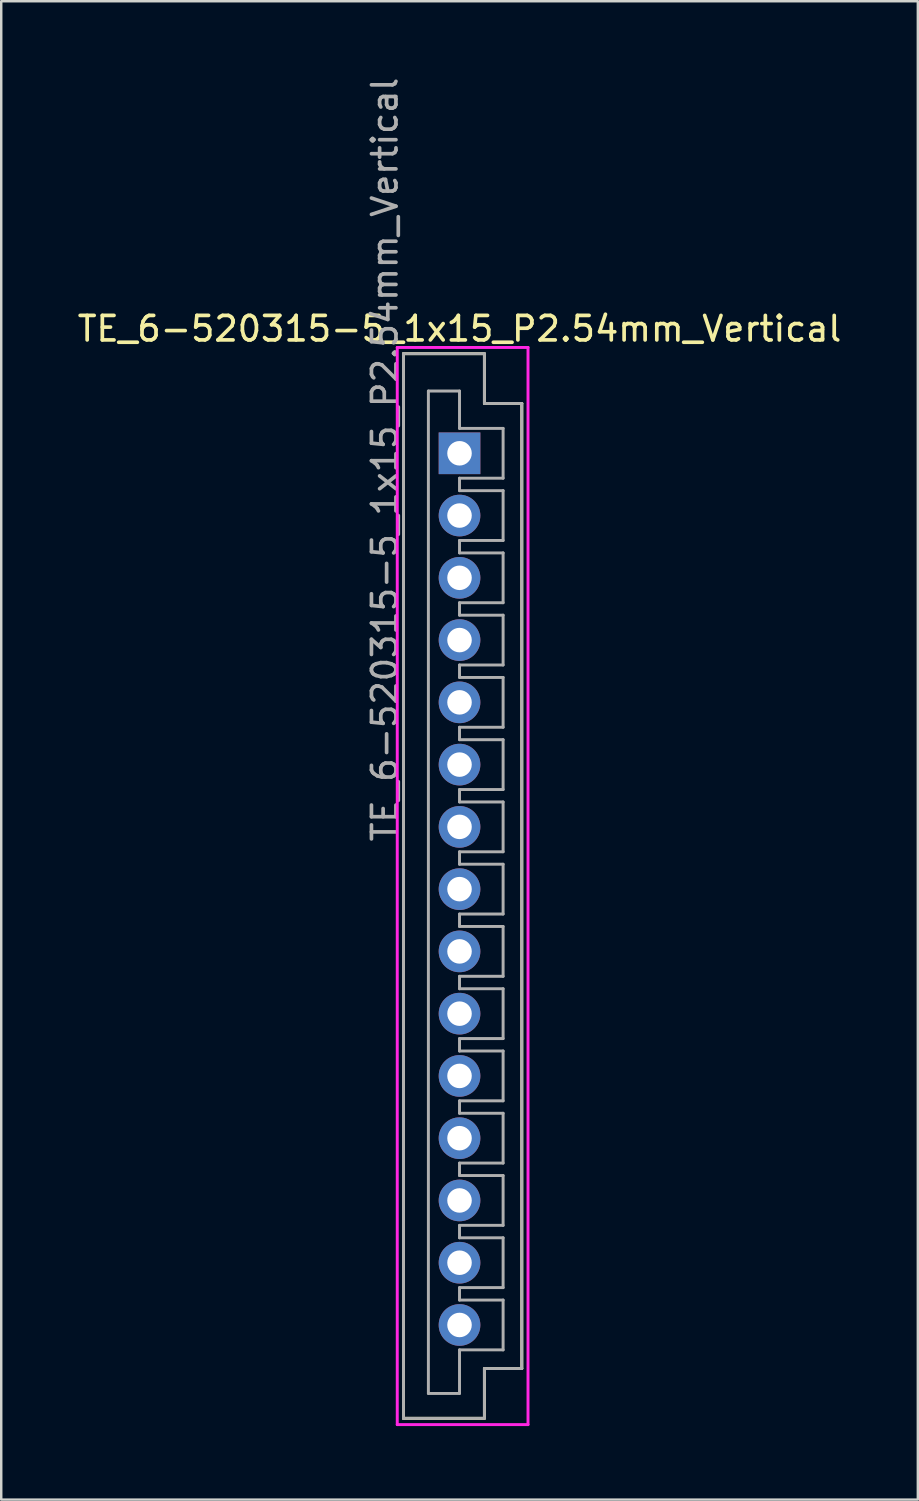
<source format=kicad_pcb>
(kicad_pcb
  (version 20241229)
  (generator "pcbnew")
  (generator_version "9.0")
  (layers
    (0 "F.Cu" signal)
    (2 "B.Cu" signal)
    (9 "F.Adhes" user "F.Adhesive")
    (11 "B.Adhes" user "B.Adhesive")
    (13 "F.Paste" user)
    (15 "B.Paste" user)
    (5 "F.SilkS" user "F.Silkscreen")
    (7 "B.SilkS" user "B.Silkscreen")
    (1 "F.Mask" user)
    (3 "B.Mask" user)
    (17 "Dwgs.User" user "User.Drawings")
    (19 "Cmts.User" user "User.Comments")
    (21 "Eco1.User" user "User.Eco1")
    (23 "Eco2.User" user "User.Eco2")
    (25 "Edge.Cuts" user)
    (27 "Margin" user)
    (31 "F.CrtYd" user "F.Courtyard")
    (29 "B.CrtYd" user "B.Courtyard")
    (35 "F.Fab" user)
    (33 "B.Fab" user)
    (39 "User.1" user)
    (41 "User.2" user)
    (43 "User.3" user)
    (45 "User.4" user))
  (footprint "TE_6-520315-5_1x15_P2.54mm_Vertical"
    (layer "F.Cu")
    (at 15.696 15.442)
    (property "Reference" "TE_6-520315-5_1x15_P2.54mm_Vertical" (at 0 -5.08 0) (layer "F.SilkS") (effects (font (size 1 1) (thickness 0.15))))
    (attr through_hole)
    (fp_line (start -2.286 -4.064) (end 1.016 -4.064) (stroke (width 0.12) (type solid)) (layer "F.SilkS"))
    (fp_line (start -2.286 39.37) (end -2.286 -4.064) (stroke (width 0.12) (type solid)) (layer "F.SilkS"))
    (fp_line (start 1.016 -4.064) (end 1.016 -2.032) (stroke (width 0.12) (type solid)) (layer "F.SilkS"))
    (fp_line (start 1.016 -2.032) (end 2.54 -2.032) (stroke (width 0.12) (type solid)) (layer "F.SilkS"))
    (fp_line (start 1.016 37.338) (end 1.016 39.37) (stroke (width 0.12) (type solid)) (layer "F.SilkS"))
    (fp_line (start 1.016 39.37) (end -2.286 39.37) (stroke (width 0.12) (type solid)) (layer "F.SilkS"))
    (fp_line (start 2.54 -2.032) (end 2.54 37.338) (stroke (width 0.12) (type solid)) (layer "F.SilkS"))
    (fp_line (start 2.54 37.338) (end 1.016 37.338) (stroke (width 0.12) (type solid)) (layer "F.SilkS"))
    (fp_line (start -2.54 -4.318) (end 2.794 -4.318) (stroke (width 0.12) (type solid)) (layer "F.CrtYd"))
    (fp_line (start -2.54 39.624) (end -2.54 -4.318) (stroke (width 0.12) (type solid)) (layer "F.CrtYd"))
    (fp_line (start 2.794 -4.318) (end 2.794 39.624) (stroke (width 0.12) (type solid)) (layer "F.CrtYd"))
    (fp_line (start 2.794 39.624) (end -2.54 39.624) (stroke (width 0.12) (type solid)) (layer "F.CrtYd"))
    (fp_line (start -2.286 -4.064) (end 1.016 -4.064) (stroke (width 0.12) (type solid)) (layer "F.Fab"))
    (fp_line (start -2.286 39.37) (end -2.286 -4.064) (stroke (width 0.12) (type solid)) (layer "F.Fab"))
    (fp_line (start -1.27 -2.54) (end 0 -2.54) (stroke (width 0.12) (type solid)) (layer "F.Fab"))
    (fp_line (start -1.27 38.354) (end -1.27 -2.54) (stroke (width 0.12) (type solid)) (layer "F.Fab"))
    (fp_line (start 0 -1.016) (end 0 -2.54) (stroke (width 0.12) (type solid)) (layer "F.Fab"))
    (fp_line (start 0 -1.016) (end 1.778 -1.016) (stroke (width 0.12) (type solid)) (layer "F.Fab"))
    (fp_line (start 0 1.016) (end 0 1.524) (stroke (width 0.12) (type solid)) (layer "F.Fab"))
    (fp_line (start 0 1.524) (end 1.778 1.524) (stroke (width 0.12) (type solid)) (layer "F.Fab"))
    (fp_line (start 0 3.556) (end 0 4.064) (stroke (width 0.12) (type solid)) (layer "F.Fab"))
    (fp_line (start 0 4.064) (end 1.778 4.064) (stroke (width 0.12) (type solid)) (layer "F.Fab"))
    (fp_line (start 0 6.096) (end 0 6.604) (stroke (width 0.12) (type solid)) (layer "F.Fab"))
    (fp_line (start 0 6.604) (end 1.778 6.604) (stroke (width 0.12) (type solid)) (layer "F.Fab"))
    (fp_line (start 0 8.636) (end 0 9.144) (stroke (width 0.12) (type solid)) (layer "F.Fab"))
    (fp_line (start 0 9.144) (end 1.778 9.144) (stroke (width 0.12) (type solid)) (layer "F.Fab"))
    (fp_line (start 0 11.176) (end 0 11.684) (stroke (width 0.12) (type solid)) (layer "F.Fab"))
    (fp_line (start 0 11.684) (end 1.778 11.684) (stroke (width 0.12) (type solid)) (layer "F.Fab"))
    (fp_line (start 0 13.716) (end 0 14.224) (stroke (width 0.12) (type solid)) (layer "F.Fab"))
    (fp_line (start 0 14.224) (end 1.778 14.224) (stroke (width 0.12) (type solid)) (layer "F.Fab"))
    (fp_line (start 0 16.256) (end 0 16.764) (stroke (width 0.12) (type solid)) (layer "F.Fab"))
    (fp_line (start 0 16.764) (end 1.778 16.764) (stroke (width 0.12) (type solid)) (layer "F.Fab"))
    (fp_line (start 0 18.796) (end 0 19.304) (stroke (width 0.12) (type solid)) (layer "F.Fab"))
    (fp_line (start 0 19.304) (end 1.778 19.304) (stroke (width 0.12) (type solid)) (layer "F.Fab"))
    (fp_line (start 0 21.336) (end 0 21.844) (stroke (width 0.12) (type solid)) (layer "F.Fab"))
    (fp_line (start 0 21.844) (end 1.778 21.844) (stroke (width 0.12) (type solid)) (layer "F.Fab"))
    (fp_line (start 0 23.876) (end 0 24.384) (stroke (width 0.12) (type solid)) (layer "F.Fab"))
    (fp_line (start 0 24.384) (end 1.778 24.384) (stroke (width 0.12) (type solid)) (layer "F.Fab"))
    (fp_line (start 0 26.416) (end 0 26.924) (stroke (width 0.12) (type solid)) (layer "F.Fab"))
    (fp_line (start 0 26.924) (end 1.778 26.924) (stroke (width 0.12) (type solid)) (layer "F.Fab"))
    (fp_line (start 0 28.956) (end 0 29.464) (stroke (width 0.12) (type solid)) (layer "F.Fab"))
    (fp_line (start 0 29.464) (end 1.778 29.464) (stroke (width 0.12) (type solid)) (layer "F.Fab"))
    (fp_line (start 0 31.496) (end 0 32.004) (stroke (width 0.12) (type solid)) (layer "F.Fab"))
    (fp_line (start 0 32.004) (end 1.778 32.004) (stroke (width 0.12) (type solid)) (layer "F.Fab"))
    (fp_line (start 0 34.036) (end 0 34.544) (stroke (width 0.12) (type solid)) (layer "F.Fab"))
    (fp_line (start 0 34.544) (end 1.778 34.544) (stroke (width 0.12) (type solid)) (layer "F.Fab"))
    (fp_line (start 0 38.354) (end -1.27 38.354) (stroke (width 0.12) (type solid)) (layer "F.Fab"))
    (fp_line (start 0 38.354) (end 0 36.576) (stroke (width 0.12) (type solid)) (layer "F.Fab"))
    (fp_line (start 1.016 -4.064) (end 1.016 -2.032) (stroke (width 0.12) (type solid)) (layer "F.Fab"))
    (fp_line (start 1.016 -2.032) (end 2.54 -2.032) (stroke (width 0.12) (type solid)) (layer "F.Fab"))
    (fp_line (start 1.016 37.338) (end 1.016 39.37) (stroke (width 0.12) (type solid)) (layer "F.Fab"))
    (fp_line (start 1.016 39.37) (end -2.286 39.37) (stroke (width 0.12) (type solid)) (layer "F.Fab"))
    (fp_line (start 1.778 -1.016) (end 1.778 1.016) (stroke (width 0.12) (type solid)) (layer "F.Fab"))
    (fp_line (start 1.778 1.016) (end 0 1.016) (stroke (width 0.12) (type solid)) (layer "F.Fab"))
    (fp_line (start 1.778 1.524) (end 1.778 3.556) (stroke (width 0.12) (type solid)) (layer "F.Fab"))
    (fp_line (start 1.778 3.556) (end 0 3.556) (stroke (width 0.12) (type solid)) (layer "F.Fab"))
    (fp_line (start 1.778 4.064) (end 1.778 6.096) (stroke (width 0.12) (type solid)) (layer "F.Fab"))
    (fp_line (start 1.778 6.096) (end 0 6.096) (stroke (width 0.12) (type solid)) (layer "F.Fab"))
    (fp_line (start 1.778 6.604) (end 1.778 8.636) (stroke (width 0.12) (type solid)) (layer "F.Fab"))
    (fp_line (start 1.778 8.636) (end 0 8.636) (stroke (width 0.12) (type solid)) (layer "F.Fab"))
    (fp_line (start 1.778 9.144) (end 1.778 11.176) (stroke (width 0.12) (type solid)) (layer "F.Fab"))
    (fp_line (start 1.778 11.176) (end 0 11.176) (stroke (width 0.12) (type solid)) (layer "F.Fab"))
    (fp_line (start 1.778 11.684) (end 1.778 13.716) (stroke (width 0.12) (type solid)) (layer "F.Fab"))
    (fp_line (start 1.778 13.716) (end 0 13.716) (stroke (width 0.12) (type solid)) (layer "F.Fab"))
    (fp_line (start 1.778 14.224) (end 1.778 16.256) (stroke (width 0.12) (type solid)) (layer "F.Fab"))
    (fp_line (start 1.778 16.256) (end 0 16.256) (stroke (width 0.12) (type solid)) (layer "F.Fab"))
    (fp_line (start 1.778 16.764) (end 1.778 18.796) (stroke (width 0.12) (type solid)) (layer "F.Fab"))
    (fp_line (start 1.778 18.796) (end 0 18.796) (stroke (width 0.12) (type solid)) (layer "F.Fab"))
    (fp_line (start 1.778 19.304) (end 1.778 21.336) (stroke (width 0.12) (type solid)) (layer "F.Fab"))
    (fp_line (start 1.778 21.336) (end 0 21.336) (stroke (width 0.12) (type solid)) (layer "F.Fab"))
    (fp_line (start 1.778 21.844) (end 1.778 23.876) (stroke (width 0.12) (type solid)) (layer "F.Fab"))
    (fp_line (start 1.778 23.876) (end 0 23.876) (stroke (width 0.12) (type solid)) (layer "F.Fab"))
    (fp_line (start 1.778 24.384) (end 1.778 26.416) (stroke (width 0.12) (type solid)) (layer "F.Fab"))
    (fp_line (start 1.778 26.416) (end 0 26.416) (stroke (width 0.12) (type solid)) (layer "F.Fab"))
    (fp_line (start 1.778 26.924) (end 1.778 28.956) (stroke (width 0.12) (type solid)) (layer "F.Fab"))
    (fp_line (start 1.778 28.956) (end 0 28.956) (stroke (width 0.12) (type solid)) (layer "F.Fab"))
    (fp_line (start 1.778 29.464) (end 1.778 31.496) (stroke (width 0.12) (type solid)) (layer "F.Fab"))
    (fp_line (start 1.778 31.496) (end 0 31.496) (stroke (width 0.12) (type solid)) (layer "F.Fab"))
    (fp_line (start 1.778 32.004) (end 1.778 34.036) (stroke (width 0.12) (type solid)) (layer "F.Fab"))
    (fp_line (start 1.778 34.036) (end 0 34.036) (stroke (width 0.12) (type solid)) (layer "F.Fab"))
    (fp_line (start 1.778 34.544) (end 1.778 36.576) (stroke (width 0.12) (type solid)) (layer "F.Fab"))
    (fp_line (start 1.778 36.576) (end 0 36.576) (stroke (width 0.12) (type solid)) (layer "F.Fab"))
    (fp_line (start 2.54 37.338) (end 1.016 37.338) (stroke (width 0.12) (type solid)) (layer "F.Fab"))
    (fp_line (start 2.54 37.338) (end 2.54 -2.032) (stroke (width 0.12) (type solid)) (layer "F.Fab"))
    (fp_text user "${REFERENCE}" (at -3.048 0.254 90) (layer "F.Fab") (effects (font (size 1 1) (thickness 0.15))))
    (pad "1" thru_hole rect (at 0 0) (size 1.7 1.7) (drill 1) (layers "*.Cu" "*.Mask"))
    (pad "2" thru_hole oval (at 0 2.54) (size 1.7 1.7) (drill 1) (layers "*.Cu" "*.Mask"))
    (pad "3" thru_hole oval (at 0 5.08) (size 1.7 1.7) (drill 1) (layers "*.Cu" "*.Mask"))
    (pad "4" thru_hole oval (at 0 7.62) (size 1.7 1.7) (drill 1) (layers "*.Cu" "*.Mask"))
    (pad "5" thru_hole oval (at 0 10.16 90) (size 1.7 1.7) (drill 1) (layers "*.Cu" "*.Mask"))
    (pad "6" thru_hole oval (at 0 12.7) (size 1.7 1.7) (drill 1) (layers "*.Cu" "*.Mask"))
    (pad "7" thru_hole oval (at 0 15.24) (size 1.7 1.7) (drill 1) (layers "*.Cu" "*.Mask"))
    (pad "8" thru_hole oval (at 0 17.78) (size 1.7 1.7) (drill 1) (layers "*.Cu" "*.Mask"))
    (pad "9" thru_hole oval (at 0 20.32 90) (size 1.7 1.7) (drill 1) (layers "*.Cu" "*.Mask"))
    (pad "10" thru_hole oval (at 0 22.86) (size 1.7 1.7) (drill 1) (layers "*.Cu" "*.Mask"))
    (pad "11" thru_hole oval (at 0 25.4) (size 1.7 1.7) (drill 1) (layers "*.Cu" "*.Mask"))
    (pad "12" thru_hole oval (at 0 27.94 90) (size 1.7 1.7) (drill 1) (layers "*.Cu" "*.Mask"))
    (pad "13" thru_hole oval (at 0 30.48) (size 1.7 1.7) (drill 1) (layers "*.Cu" "*.Mask"))
    (pad "14" thru_hole oval (at 0 33.02) (size 1.7 1.7) (drill 1) (layers "*.Cu" "*.Mask"))
    (pad "15" thru_hole oval (at 0 35.56) (size 1.7 1.7) (drill 1) (layers "*.Cu" "*.Mask")))
  (gr_rect
    (start -3 -3)
    (end 34.393 58.126)
    (stroke (width 0.1) (type default))
    (fill no)
    (layer "Edge.Cuts")))
</source>
